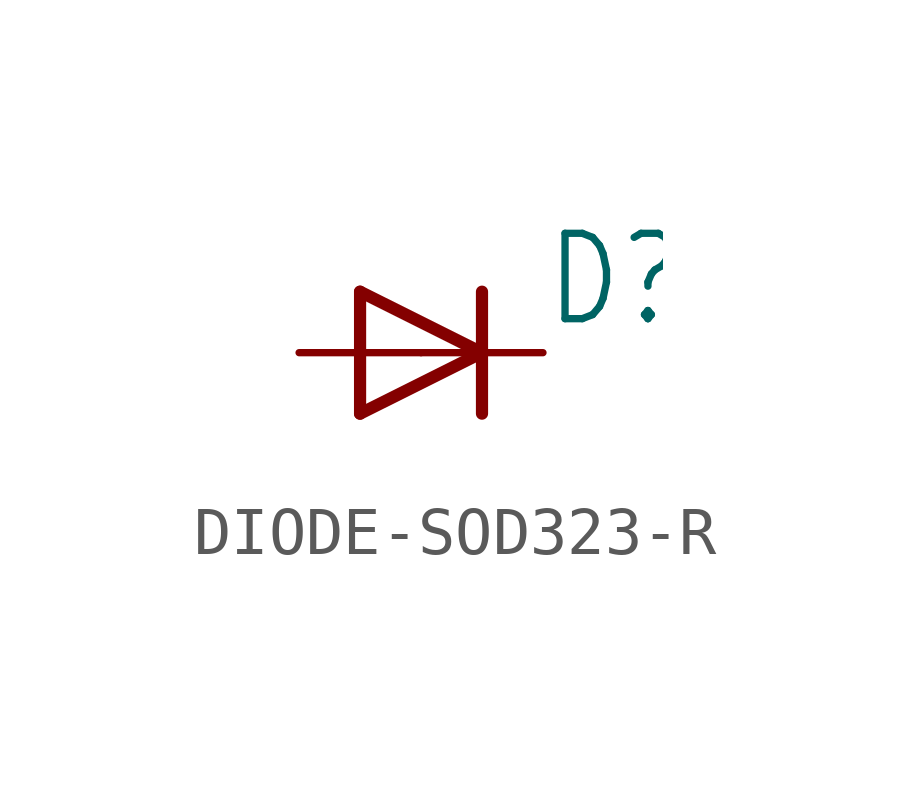
<source format=kicad_sym>
(kicad_symbol_lib
  (version 20220914)
  (generator kicad_symbol_editor)
  (symbol "DIODE-SOD323-R"
    (property "Reference" "D"
      (at 2.54 0.483 0)
      (effects (font (size 1.778 1.511)) (justify left bottom)))
    (property "Value" ""
      (at 2.54 -2.311 0)
      (effects (font (size 1.778 1.511)) (justify left bottom)))
    (property "ki_locked" ""
      (at 0 0 0)
      (effects (font (size 1.27 1.27))))
    (symbol "DIODE-SOD323-R_1_0"
      (polyline (pts (xy -1.27 -1.27) (xy 1.27 0)) (stroke (width 0.254) (type solid)) (fill (type none)))
      (polyline (pts (xy -1.27 1.27) (xy -1.27 -1.27)) (stroke (width 0.254) (type solid)) (fill (type none)))
      (polyline (pts (xy 1.27 0) (xy -1.27 1.27)) (stroke (width 0.254) (type solid)) (fill (type none)))
      (polyline (pts (xy 1.27 0) (xy 1.27 -1.27)) (stroke (width 0.254) (type solid)) (fill (type none)))
      (polyline (pts (xy 1.27 1.27) (xy 1.27 0)) (stroke (width 0.254) (type solid)) (fill (type none)))
      (pin passive line (at -2.54 0 0) (length 2.54) (name "A" (effects (font (size 0 0)))) (number "A" (effects (font (size 0 0)))))
      (pin passive line (at 2.54 0 180) (length 2.54) (name "C" (effects (font (size 0 0)))) (number "C" (effects (font (size 0 0))))))))
</source>
